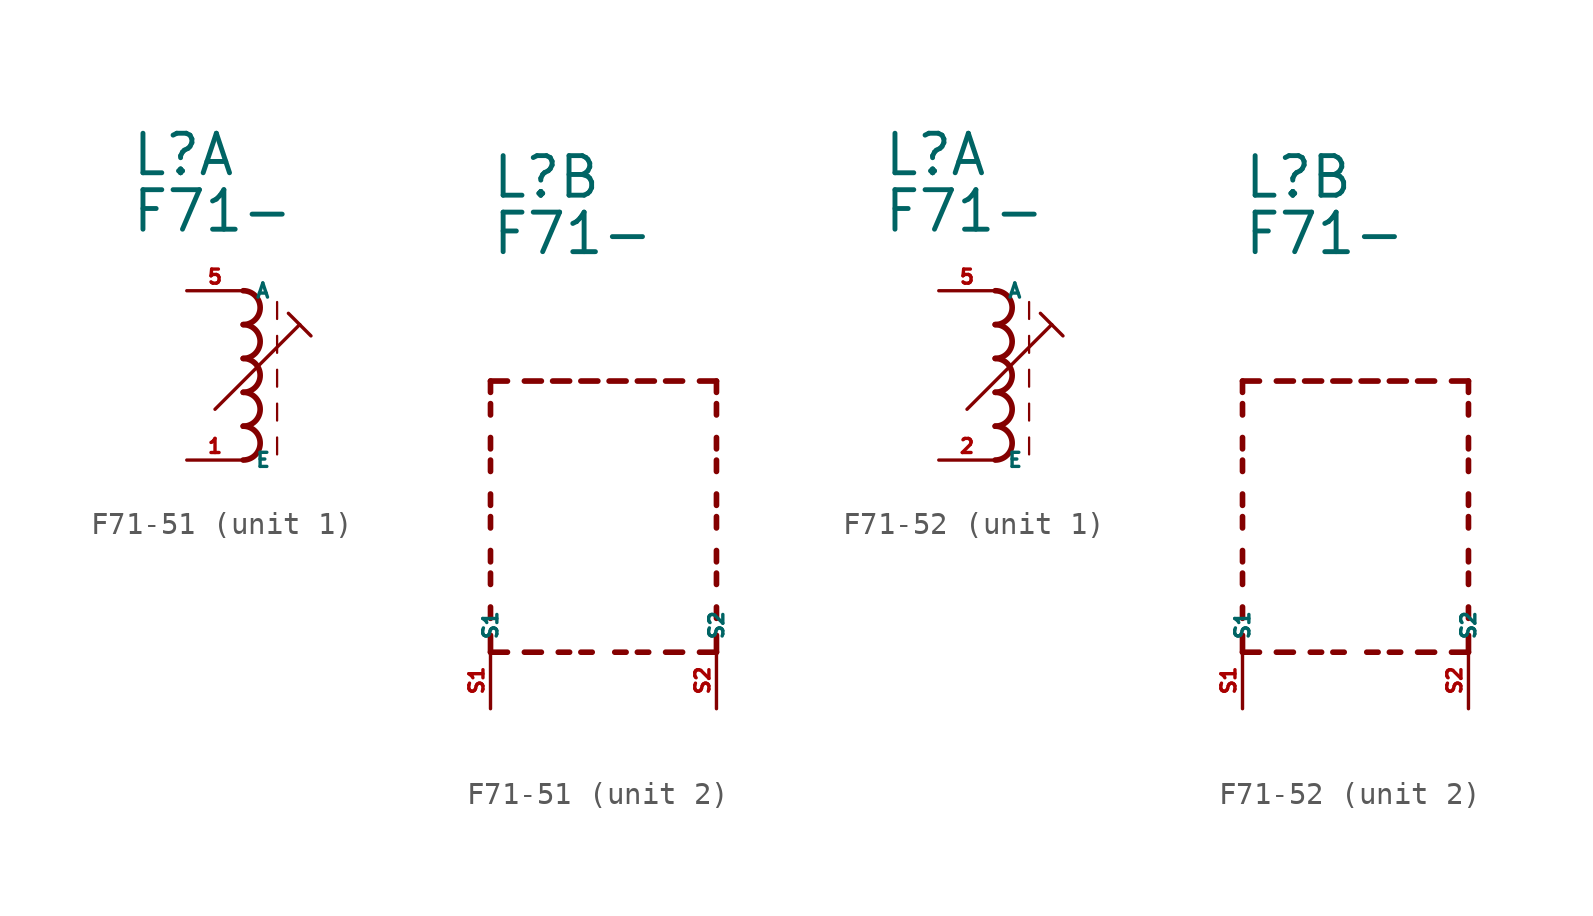
<source format=kicad_sym>
(kicad_symbol_lib
  (version 20220914)
  (generator kicad_symbol_editor)
  (symbol "F71-51"
    (property "Reference" "L"
      (at -5.08 10.16 0)
      (effects (font (size 1.778 1.778) (thickness 0.22)) (justify left bottom)))
    (property "Value" "F71-"
      (at -5.08 7.62 0)
      (effects (font (size 1.778 1.778) (thickness 0.22)) (justify left bottom)))
    (symbol "F71-51_1_0"
      (arc (start 0 -2.54) (mid 0.7587 -1.778) (end 0 -1.016) (stroke (width 0.254) (type default)) (fill (type none)))
      (arc (start 0 -1.016) (mid 0.7587 -0.254) (end 0 0.508) (stroke (width 0.254) (type default)) (fill (type none)))
      (polyline (pts (xy -1.27 -0.254) (xy 2.54 3.556)) (stroke (width 0.152) (type default)) (fill (type none)))
      (polyline (pts (xy 1.524 -1.524) (xy 1.524 -2.286)) (stroke (width 0.102) (type default)) (fill (type none)))
      (polyline (pts (xy 1.524 0) (xy 1.524 -0.762)) (stroke (width 0.102) (type default)) (fill (type none)))
      (polyline (pts (xy 1.524 1.524) (xy 1.524 0.762)) (stroke (width 0.102) (type default)) (fill (type none)))
      (polyline (pts (xy 1.524 3.048) (xy 1.524 2.286)) (stroke (width 0.102) (type default)) (fill (type none)))
      (polyline (pts (xy 1.524 4.572) (xy 1.524 3.81)) (stroke (width 0.102) (type default)) (fill (type none)))
      (polyline (pts (xy 2.032 4.064) (xy 2.54 3.556)) (stroke (width 0.152) (type default)) (fill (type none)))
      (polyline (pts (xy 2.54 3.556) (xy 3.048 3.048)) (stroke (width 0.152) (type default)) (fill (type none)))
      (arc (start 0 0.508) (mid 0.7587 1.27) (end 0 2.032) (stroke (width 0.254) (type default)) (fill (type none)))
      (arc (start 0 2.032) (mid 0.7587 2.794) (end 0 3.556) (stroke (width 0.254) (type default)) (fill (type none)))
      (arc (start 0 3.556) (mid 0.7587 4.318) (end 0 5.08) (stroke (width 0.254) (type default)) (fill (type none)))
      (pin passive line (at -2.54 -2.54 0) (length 2.54) (name "E" (effects (font (size 0.635 0.635)))) (number "1" (effects (font (size 0.635 0.635)))))
      (pin passive line (at -2.54 5.08 0) (length 2.54) (name "A" (effects (font (size 0.635 0.635)))) (number "5" (effects (font (size 0.635 0.635))))))
    (symbol "F71-51_2_0"
      (polyline (pts (xy -5.08 -10.16) (xy -5.08 -9.398)) (stroke (width 0.254) (type default)) (fill (type none)))
      (polyline (pts (xy -5.08 -10.16) (xy -4.318 -10.16)) (stroke (width 0.254) (type default)) (fill (type none)))
      (polyline (pts (xy -5.08 -8.636) (xy -5.08 -8.128)) (stroke (width 0.254) (type default)) (fill (type none)))
      (polyline (pts (xy -5.08 -7.112) (xy -5.08 -6.604)) (stroke (width 0.254) (type default)) (fill (type none)))
      (polyline (pts (xy -5.08 -6.096) (xy -5.08 -5.588)) (stroke (width 0.254) (type default)) (fill (type none)))
      (polyline (pts (xy -5.08 -4.572) (xy -5.08 -4.064)) (stroke (width 0.254) (type default)) (fill (type none)))
      (polyline (pts (xy -5.08 -3.556) (xy -5.08 -3.048)) (stroke (width 0.254) (type default)) (fill (type none)))
      (polyline (pts (xy -5.08 -2.032) (xy -5.08 -1.524)) (stroke (width 0.254) (type default)) (fill (type none)))
      (polyline (pts (xy -5.08 -1.016) (xy -5.08 -0.508)) (stroke (width 0.254) (type default)) (fill (type none)))
      (polyline (pts (xy -5.08 0.508) (xy -5.08 1.016)) (stroke (width 0.254) (type default)) (fill (type none)))
      (polyline (pts (xy -5.08 1.524) (xy -5.08 2.032)) (stroke (width 0.254) (type default)) (fill (type none)))
      (polyline (pts (xy -5.08 2.032) (xy -4.318 2.032)) (stroke (width 0.254) (type default)) (fill (type none)))
      (polyline (pts (xy -3.556 -10.16) (xy -2.794 -10.16)) (stroke (width 0.254) (type default)) (fill (type none)))
      (polyline (pts (xy -3.556 2.032) (xy -2.794 2.032)) (stroke (width 0.254) (type default)) (fill (type none)))
      (polyline (pts (xy -1.524 -10.16) (xy -2.032 -10.16)) (stroke (width 0.254) (type default)) (fill (type none)))
      (polyline (pts (xy -1.524 2.032) (xy -2.286 2.032)) (stroke (width 0.254) (type default)) (fill (type none)))
      (polyline (pts (xy -1.016 2.032) (xy -0.254 2.032)) (stroke (width 0.254) (type default)) (fill (type none)))
      (polyline (pts (xy -0.508 -10.16) (xy -1.016 -10.16)) (stroke (width 0.254) (type default)) (fill (type none)))
      (polyline (pts (xy 1.016 -10.16) (xy 0.508 -10.16)) (stroke (width 0.254) (type default)) (fill (type none)))
      (polyline (pts (xy 1.016 2.032) (xy 0.254 2.032)) (stroke (width 0.254) (type default)) (fill (type none)))
      (polyline (pts (xy 1.524 2.032) (xy 2.286 2.032)) (stroke (width 0.254) (type default)) (fill (type none)))
      (polyline (pts (xy 2.032 -10.16) (xy 1.524 -10.16)) (stroke (width 0.254) (type default)) (fill (type none)))
      (polyline (pts (xy 3.556 -10.16) (xy 2.794 -10.16)) (stroke (width 0.254) (type default)) (fill (type none)))
      (polyline (pts (xy 3.556 2.032) (xy 2.794 2.032)) (stroke (width 0.254) (type default)) (fill (type none)))
      (polyline (pts (xy 5.08 -10.16) (xy 4.318 -10.16)) (stroke (width 0.254) (type default)) (fill (type none)))
      (polyline (pts (xy 5.08 -10.16) (xy 5.08 -9.398)) (stroke (width 0.254) (type default)) (fill (type none)))
      (polyline (pts (xy 5.08 -8.636) (xy 5.08 -8.128)) (stroke (width 0.254) (type default)) (fill (type none)))
      (polyline (pts (xy 5.08 -7.112) (xy 5.08 -6.604)) (stroke (width 0.254) (type default)) (fill (type none)))
      (polyline (pts (xy 5.08 -6.096) (xy 5.08 -5.588)) (stroke (width 0.254) (type default)) (fill (type none)))
      (polyline (pts (xy 5.08 -4.572) (xy 5.08 -4.064)) (stroke (width 0.254) (type default)) (fill (type none)))
      (polyline (pts (xy 5.08 -3.556) (xy 5.08 -3.048)) (stroke (width 0.254) (type default)) (fill (type none)))
      (polyline (pts (xy 5.08 -2.032) (xy 5.08 -1.524)) (stroke (width 0.254) (type default)) (fill (type none)))
      (polyline (pts (xy 5.08 -1.016) (xy 5.08 -0.508)) (stroke (width 0.254) (type default)) (fill (type none)))
      (polyline (pts (xy 5.08 0.508) (xy 5.08 1.016)) (stroke (width 0.254) (type default)) (fill (type none)))
      (polyline (pts (xy 5.08 1.524) (xy 5.08 2.032)) (stroke (width 0.254) (type default)) (fill (type none)))
      (polyline (pts (xy 5.08 2.032) (xy 4.318 2.032)) (stroke (width 0.254) (type default)) (fill (type none)))
      (pin passive line (at -5.08 -12.7 90) (length 2.54) (name "S1" (effects (font (size 0.635 0.635)))) (number "S1" (effects (font (size 0.635 0.635)))))
      (pin passive line (at 5.08 -12.7 90) (length 2.54) (name "S2" (effects (font (size 0.635 0.635)))) (number "S2" (effects (font (size 0.635 0.635)))))))
  (symbol "F71-52"
    (property "Reference" "L"
      (at -5.08 10.16 0)
      (effects (font (size 1.778 1.778) (thickness 0.22)) (justify left bottom)))
    (property "Value" "F71-"
      (at -5.08 7.62 0)
      (effects (font (size 1.778 1.778) (thickness 0.22)) (justify left bottom)))
    (symbol "F71-52_1_0"
      (arc (start 0 -2.54) (mid 0.7587 -1.778) (end 0 -1.016) (stroke (width 0.254) (type default)) (fill (type none)))
      (arc (start 0 -1.016) (mid 0.7587 -0.254) (end 0 0.508) (stroke (width 0.254) (type default)) (fill (type none)))
      (polyline (pts (xy -1.27 -0.254) (xy 2.54 3.556)) (stroke (width 0.152) (type default)) (fill (type none)))
      (polyline (pts (xy 1.524 -1.524) (xy 1.524 -2.286)) (stroke (width 0.102) (type default)) (fill (type none)))
      (polyline (pts (xy 1.524 0) (xy 1.524 -0.762)) (stroke (width 0.102) (type default)) (fill (type none)))
      (polyline (pts (xy 1.524 1.524) (xy 1.524 0.762)) (stroke (width 0.102) (type default)) (fill (type none)))
      (polyline (pts (xy 1.524 3.048) (xy 1.524 2.286)) (stroke (width 0.102) (type default)) (fill (type none)))
      (polyline (pts (xy 1.524 4.572) (xy 1.524 3.81)) (stroke (width 0.102) (type default)) (fill (type none)))
      (polyline (pts (xy 2.032 4.064) (xy 2.54 3.556)) (stroke (width 0.152) (type default)) (fill (type none)))
      (polyline (pts (xy 2.54 3.556) (xy 3.048 3.048)) (stroke (width 0.152) (type default)) (fill (type none)))
      (arc (start 0 0.508) (mid 0.7587 1.27) (end 0 2.032) (stroke (width 0.254) (type default)) (fill (type none)))
      (arc (start 0 2.032) (mid 0.7587 2.794) (end 0 3.556) (stroke (width 0.254) (type default)) (fill (type none)))
      (arc (start 0 3.556) (mid 0.7587 4.318) (end 0 5.08) (stroke (width 0.254) (type default)) (fill (type none)))
      (pin passive line (at -2.54 -2.54 0) (length 2.54) (name "E" (effects (font (size 0.635 0.635)))) (number "2" (effects (font (size 0.635 0.635)))))
      (pin passive line (at -2.54 5.08 0) (length 2.54) (name "A" (effects (font (size 0.635 0.635)))) (number "5" (effects (font (size 0.635 0.635))))))
    (symbol "F71-52_2_0"
      (polyline (pts (xy -5.08 -10.16) (xy -5.08 -9.398)) (stroke (width 0.254) (type default)) (fill (type none)))
      (polyline (pts (xy -5.08 -10.16) (xy -4.318 -10.16)) (stroke (width 0.254) (type default)) (fill (type none)))
      (polyline (pts (xy -5.08 -8.636) (xy -5.08 -8.128)) (stroke (width 0.254) (type default)) (fill (type none)))
      (polyline (pts (xy -5.08 -7.112) (xy -5.08 -6.604)) (stroke (width 0.254) (type default)) (fill (type none)))
      (polyline (pts (xy -5.08 -6.096) (xy -5.08 -5.588)) (stroke (width 0.254) (type default)) (fill (type none)))
      (polyline (pts (xy -5.08 -4.572) (xy -5.08 -4.064)) (stroke (width 0.254) (type default)) (fill (type none)))
      (polyline (pts (xy -5.08 -3.556) (xy -5.08 -3.048)) (stroke (width 0.254) (type default)) (fill (type none)))
      (polyline (pts (xy -5.08 -2.032) (xy -5.08 -1.524)) (stroke (width 0.254) (type default)) (fill (type none)))
      (polyline (pts (xy -5.08 -1.016) (xy -5.08 -0.508)) (stroke (width 0.254) (type default)) (fill (type none)))
      (polyline (pts (xy -5.08 0.508) (xy -5.08 1.016)) (stroke (width 0.254) (type default)) (fill (type none)))
      (polyline (pts (xy -5.08 1.524) (xy -5.08 2.032)) (stroke (width 0.254) (type default)) (fill (type none)))
      (polyline (pts (xy -5.08 2.032) (xy -4.318 2.032)) (stroke (width 0.254) (type default)) (fill (type none)))
      (polyline (pts (xy -3.556 -10.16) (xy -2.794 -10.16)) (stroke (width 0.254) (type default)) (fill (type none)))
      (polyline (pts (xy -3.556 2.032) (xy -2.794 2.032)) (stroke (width 0.254) (type default)) (fill (type none)))
      (polyline (pts (xy -1.524 -10.16) (xy -2.032 -10.16)) (stroke (width 0.254) (type default)) (fill (type none)))
      (polyline (pts (xy -1.524 2.032) (xy -2.286 2.032)) (stroke (width 0.254) (type default)) (fill (type none)))
      (polyline (pts (xy -1.016 2.032) (xy -0.254 2.032)) (stroke (width 0.254) (type default)) (fill (type none)))
      (polyline (pts (xy -0.508 -10.16) (xy -1.016 -10.16)) (stroke (width 0.254) (type default)) (fill (type none)))
      (polyline (pts (xy 1.016 -10.16) (xy 0.508 -10.16)) (stroke (width 0.254) (type default)) (fill (type none)))
      (polyline (pts (xy 1.016 2.032) (xy 0.254 2.032)) (stroke (width 0.254) (type default)) (fill (type none)))
      (polyline (pts (xy 1.524 2.032) (xy 2.286 2.032)) (stroke (width 0.254) (type default)) (fill (type none)))
      (polyline (pts (xy 2.032 -10.16) (xy 1.524 -10.16)) (stroke (width 0.254) (type default)) (fill (type none)))
      (polyline (pts (xy 3.556 -10.16) (xy 2.794 -10.16)) (stroke (width 0.254) (type default)) (fill (type none)))
      (polyline (pts (xy 3.556 2.032) (xy 2.794 2.032)) (stroke (width 0.254) (type default)) (fill (type none)))
      (polyline (pts (xy 5.08 -10.16) (xy 4.318 -10.16)) (stroke (width 0.254) (type default)) (fill (type none)))
      (polyline (pts (xy 5.08 -10.16) (xy 5.08 -9.398)) (stroke (width 0.254) (type default)) (fill (type none)))
      (polyline (pts (xy 5.08 -8.636) (xy 5.08 -8.128)) (stroke (width 0.254) (type default)) (fill (type none)))
      (polyline (pts (xy 5.08 -7.112) (xy 5.08 -6.604)) (stroke (width 0.254) (type default)) (fill (type none)))
      (polyline (pts (xy 5.08 -6.096) (xy 5.08 -5.588)) (stroke (width 0.254) (type default)) (fill (type none)))
      (polyline (pts (xy 5.08 -4.572) (xy 5.08 -4.064)) (stroke (width 0.254) (type default)) (fill (type none)))
      (polyline (pts (xy 5.08 -3.556) (xy 5.08 -3.048)) (stroke (width 0.254) (type default)) (fill (type none)))
      (polyline (pts (xy 5.08 -2.032) (xy 5.08 -1.524)) (stroke (width 0.254) (type default)) (fill (type none)))
      (polyline (pts (xy 5.08 -1.016) (xy 5.08 -0.508)) (stroke (width 0.254) (type default)) (fill (type none)))
      (polyline (pts (xy 5.08 0.508) (xy 5.08 1.016)) (stroke (width 0.254) (type default)) (fill (type none)))
      (polyline (pts (xy 5.08 1.524) (xy 5.08 2.032)) (stroke (width 0.254) (type default)) (fill (type none)))
      (polyline (pts (xy 5.08 2.032) (xy 4.318 2.032)) (stroke (width 0.254) (type default)) (fill (type none)))
      (pin passive line (at -5.08 -12.7 90) (length 2.54) (name "S1" (effects (font (size 0.635 0.635)))) (number "S1" (effects (font (size 0.635 0.635)))))
      (pin passive line (at 5.08 -12.7 90) (length 2.54) (name "S2" (effects (font (size 0.635 0.635)))) (number "S2" (effects (font (size 0.635 0.635))))))))
</source>
